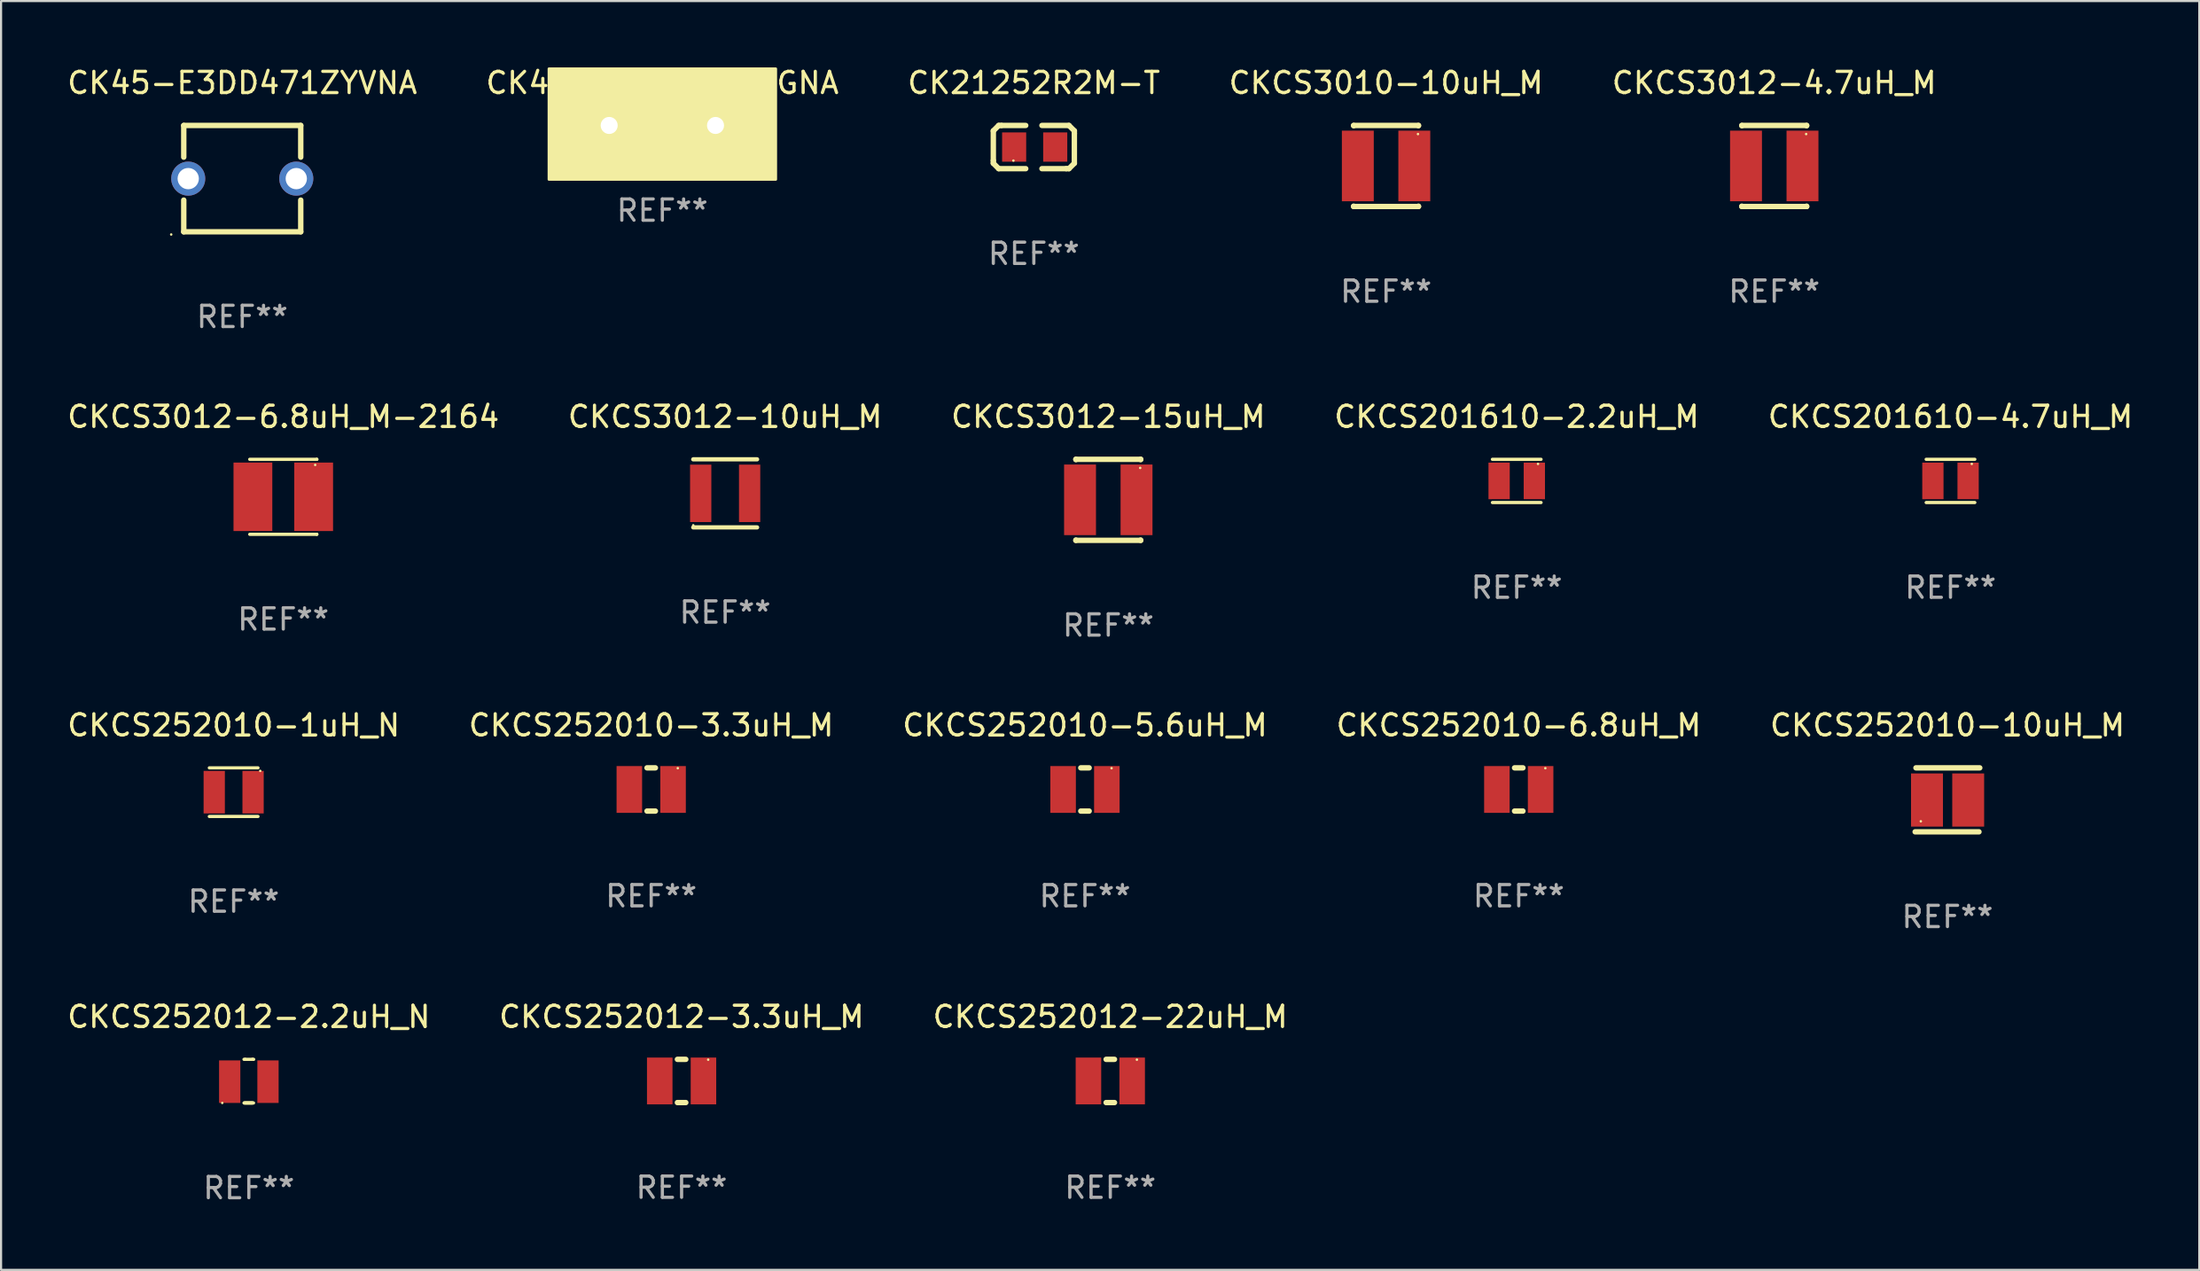
<source format=kicad_pcb>
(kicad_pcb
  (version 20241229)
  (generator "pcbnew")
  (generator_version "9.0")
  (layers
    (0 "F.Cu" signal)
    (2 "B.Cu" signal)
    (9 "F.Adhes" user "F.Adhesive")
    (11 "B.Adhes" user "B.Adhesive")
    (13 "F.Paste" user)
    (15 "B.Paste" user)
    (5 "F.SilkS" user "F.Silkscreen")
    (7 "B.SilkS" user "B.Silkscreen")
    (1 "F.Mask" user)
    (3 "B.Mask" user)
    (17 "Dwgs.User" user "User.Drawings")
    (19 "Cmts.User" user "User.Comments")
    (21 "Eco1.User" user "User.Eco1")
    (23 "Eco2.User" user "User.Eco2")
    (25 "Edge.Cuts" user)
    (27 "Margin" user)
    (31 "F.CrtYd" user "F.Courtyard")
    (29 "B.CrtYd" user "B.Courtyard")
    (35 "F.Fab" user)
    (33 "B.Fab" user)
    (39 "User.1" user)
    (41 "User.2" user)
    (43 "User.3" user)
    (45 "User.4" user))
  (footprint "CKCS201610-2.2uH_M"
    (layer "F.Cu")
    (at 68.256 19.561)
    (property "Reference" "CKCS201610-2.2uH_M" (at 0 -3.016 0) (layer "F.SilkS") (effects (font (size 1 1) (thickness 0.15))))
    (attr through_hole)
    (fp_line (start -1.143 -1.016) (end 1.143 -1.016) (stroke (width 0.152) (type solid)) (layer "F.SilkS"))
    (fp_line (start 1.143 1.016) (end -1.143 1.016) (stroke (width 0.152) (type solid)) (layer "F.SilkS"))
    (fp_circle (center 1 -0.8) (end 1.03 -0.8) (stroke (width 0.06) (type solid)) (fill no) (layer "F.SilkS"))
    (fp_text user "REF**" (at 0 5.016 0) (layer "F.Fab") (effects (font (size 1 1) (thickness 0.15))))
    (pad "1" smd rect (at 0.828 0) (size 1 1.72) (layers "F.Cu" "F.Mask" "F.Paste"))
    (pad "2" smd rect (at -0.828 0) (size 1 1.72) (layers "F.Cu" "F.Mask" "F.Paste")))
  (footprint "CK45-E3DD472ZYGNA"
    (layer "F.Cu")
    (at 28.089 2.848)
    (property "Reference" "CK45-E3DD472ZYGNA" (at 0 -2 0) (layer "F.SilkS") (effects (font (size 1 1) (thickness 0.15))))
    (attr through_hole)
    (fp_circle (center -5.25 2.5) (end -5.22 2.5) (stroke (width 0.06) (type solid)) (fill no) (layer "F.SilkS"))
    (fp_poly (pts (xy -5.334 -2.667) (xy 5.334 -2.667) (xy 5.334 2.54) (xy -5.334 2.54)) (stroke (width 0.12) (type solid)) (fill yes) (layer "F.SilkS"))
    (fp_text user "REF**" (at 0 4 0) (layer "F.Fab") (effects (font (size 1 1) (thickness 0.15))))
    (pad "1" thru_hole circle (at -2.5 0) (size 1.6 1.6) (drill 0.8) (layers "*.Cu" "*.Mask"))
    (pad "2" thru_hole circle (at 2.5 0) (size 1.6 1.6) (drill 0.8) (layers "*.Cu" "*.Mask")))
  (footprint "CKCS252012-3.3uH_M"
    (layer "F.Cu")
    (at 28.994 47.772)
    (property "Reference" "CKCS252012-3.3uH_M" (at 0 -3.016 0) (layer "F.SilkS") (effects (font (size 1 1) (thickness 0.15))))
    (attr through_hole)
    (fp_line (start -0.197 1.016) (end 0.197 1.016) (stroke (width 0.254) (type solid)) (layer "F.SilkS"))
    (fp_line (start 0.197 -1.016) (end -0.197 -1.016) (stroke (width 0.254) (type solid)) (layer "F.SilkS"))
    (fp_circle (center 1.25 -1) (end 1.28 -1) (stroke (width 0.06) (type solid)) (fill no) (layer "F.SilkS"))
    (fp_text user "REF**" (at 0 5.016 0) (layer "F.Fab") (effects (font (size 1 1) (thickness 0.15))))
    (pad "1" smd rect (at 1.028 0) (size 1.2 2.2) (layers "F.Cu" "F.Mask" "F.Paste"))
    (pad "2" smd rect (at -1.028 0) (size 1.2 2.2) (layers "F.Cu" "F.Mask" "F.Paste")))
  (footprint "CKCS3012-4.7uH_M"
    (layer "F.Cu")
    (at 80.363 4.753)
    (property "Reference" "CKCS3012-4.7uH_M" (at 0 -3.905 0) (layer "F.SilkS") (effects (font (size 1 1) (thickness 0.15))))
    (attr through_hole)
    (fp_line (start -1.524 -1.905) (end 1.524 -1.905) (stroke (width 0.254) (type solid)) (layer "F.SilkS"))
    (fp_line (start -1.524 -1.891) (end -1.524 -1.905) (stroke (width 0.254) (type solid)) (layer "F.SilkS"))
    (fp_line (start -1.524 1.905) (end -1.524 1.891) (stroke (width 0.254) (type solid)) (layer "F.SilkS"))
    (fp_line (start -1.524 1.905) (end 1.524 1.905) (stroke (width 0.254) (type solid)) (layer "F.SilkS"))
    (fp_line (start 1.524 -1.905) (end 1.524 -1.891) (stroke (width 0.254) (type solid)) (layer "F.SilkS"))
    (fp_line (start 1.524 1.891) (end 1.524 1.905) (stroke (width 0.254) (type solid)) (layer "F.SilkS"))
    (fp_circle (center 1.5 -1.5) (end 1.53 -1.5) (stroke (width 0.06) (type solid)) (fill no) (layer "F.SilkS"))
    (fp_text user "REF**" (at 0 5.905 0) (layer "F.Fab") (effects (font (size 1 1) (thickness 0.15))))
    (pad "1" smd rect (at 1.328 0) (size 1.5 3.32) (layers "F.Cu" "F.Mask" "F.Paste"))
    (pad "2" smd rect (at -1.328 0) (size 1.5 3.32) (layers "F.Cu" "F.Mask" "F.Paste")))
  (footprint "CKCS252010-3.3uH_M"
    (layer "F.Cu")
    (at 27.565 34.067)
    (property "Reference" "CKCS252010-3.3uH_M" (at 0 -3.016 0) (layer "F.SilkS") (effects (font (size 1 1) (thickness 0.15))))
    (attr through_hole)
    (fp_line (start -0.197 1.016) (end 0.197 1.016) (stroke (width 0.254) (type solid)) (layer "F.SilkS"))
    (fp_line (start 0.197 -1.016) (end -0.197 -1.016) (stroke (width 0.254) (type solid)) (layer "F.SilkS"))
    (fp_circle (center 1.25 -1) (end 1.28 -1) (stroke (width 0.06) (type solid)) (fill no) (layer "F.SilkS"))
    (fp_text user "REF**" (at 0 5.016 0) (layer "F.Fab") (effects (font (size 1 1) (thickness 0.15))))
    (pad "1" smd rect (at 1.028 0) (size 1.2 2.2) (layers "F.Cu" "F.Mask" "F.Paste"))
    (pad "2" smd rect (at -1.028 0) (size 1.2 2.2) (layers "F.Cu" "F.Mask" "F.Paste")))
  (footprint "CKCS252012-22uH_M"
    (layer "F.Cu")
    (at 49.149 47.772)
    (property "Reference" "CKCS252012-22uH_M" (at 0 -3.016 0) (layer "F.SilkS") (effects (font (size 1 1) (thickness 0.15))))
    (attr through_hole)
    (fp_line (start -0.197 1.016) (end 0.197 1.016) (stroke (width 0.254) (type solid)) (layer "F.SilkS"))
    (fp_line (start 0.197 -1.016) (end -0.197 -1.016) (stroke (width 0.254) (type solid)) (layer "F.SilkS"))
    (fp_circle (center 1.25 -1) (end 1.28 -1) (stroke (width 0.06) (type solid)) (fill no) (layer "F.SilkS"))
    (fp_text user "REF**" (at 0 5.016 0) (layer "F.Fab") (effects (font (size 1 1) (thickness 0.15))))
    (pad "1" smd rect (at 1.028 0) (size 1.2 2.2) (layers "F.Cu" "F.Mask" "F.Paste"))
    (pad "2" smd rect (at -1.028 0) (size 1.2 2.2) (layers "F.Cu" "F.Mask" "F.Paste")))
  (footprint "CKCS252012-2.2uH_N"
    (layer "F.Cu")
    (at 8.649 47.781)
    (property "Reference" "CKCS252012-2.2uH_N" (at 0 -3.025 0) (layer "F.SilkS") (effects (font (size 1 1) (thickness 0.15))))
    (attr through_hole)
    (fp_line (start -0.22 1.025) (end 0.22 1.025) (stroke (width 0.152) (type solid)) (layer "F.SilkS"))
    (fp_line (start -0.174 -1.025) (end -0.227 -1.025) (stroke (width 0.152) (type solid)) (layer "F.SilkS"))
    (fp_line (start -0.174 -1.025) (end 0.174 -1.025) (stroke (width 0.152) (type solid)) (layer "F.SilkS"))
    (fp_line (start -0.169 1.025) (end 0.169 1.025) (stroke (width 0.152) (type solid)) (layer "F.SilkS"))
    (fp_line (start 0.169 1.025) (end -0.22 1.025) (stroke (width 0.152) (type solid)) (layer "F.SilkS"))
    (fp_line (start 0.174 -1.025) (end 0.227 -1.025) (stroke (width 0.152) (type solid)) (layer "F.SilkS"))
    (fp_circle (center -1.25 1.025) (end -1.22 1.025) (stroke (width 0.06) (type solid)) (fill no) (layer "F.SilkS"))
    (fp_text user "REF**" (at 0 5.025 0) (layer "F.Fab") (effects (font (size 1 1) (thickness 0.15))))
    (pad "1" smd rect (at -0.9 0.025 180) (size 1 2) (layers "F.Cu" "F.Mask" "F.Paste"))
    (pad "2" smd rect (at 0.9 0.025 180) (size 1 2) (layers "F.Cu" "F.Mask" "F.Paste")))
  (footprint "CK21252R2M-T"
    (layer "F.Cu")
    (at 45.554 3.864)
    (property "Reference" "CK21252R2M-T" (at 0 -3.016 0) (layer "F.SilkS") (effects (font (size 1 1) (thickness 0.15))))
    (attr through_hole)
    (fp_line (start -1.905 -0.762) (end -1.905 0.635) (stroke (width 0.254) (type solid)) (layer "F.SilkS"))
    (fp_line (start -1.905 0.635) (end -1.905 0.762) (stroke (width 0.254) (type solid)) (layer "F.SilkS"))
    (fp_line (start -1.905 0.762) (end -1.651 1.016) (stroke (width 0.254) (type solid)) (layer "F.SilkS"))
    (fp_line (start -1.651 -1.016) (end -1.905 -0.762) (stroke (width 0.254) (type solid)) (layer "F.SilkS"))
    (fp_line (start -1.651 1.016) (end -0.381 1.016) (stroke (width 0.254) (type solid)) (layer "F.SilkS"))
    (fp_line (start -1.524 -1.016) (end -1.651 -1.016) (stroke (width 0.254) (type solid)) (layer "F.SilkS"))
    (fp_line (start -0.381 -1.016) (end -1.524 -1.016) (stroke (width 0.254) (type solid)) (layer "F.SilkS"))
    (fp_line (start 0.381 1.016) (end 1.524 1.016) (stroke (width 0.254) (type solid)) (layer "F.SilkS"))
    (fp_line (start 1.524 1.016) (end 1.651 1.016) (stroke (width 0.254) (type solid)) (layer "F.SilkS"))
    (fp_line (start 1.651 -1.016) (end 0.381 -1.016) (stroke (width 0.254) (type solid)) (layer "F.SilkS"))
    (fp_line (start 1.651 1.016) (end 1.905 0.762) (stroke (width 0.254) (type solid)) (layer "F.SilkS"))
    (fp_line (start 1.905 -0.762) (end 1.651 -1.016) (stroke (width 0.254) (type solid)) (layer "F.SilkS"))
    (fp_line (start 1.905 -0.635) (end 1.905 -0.762) (stroke (width 0.254) (type solid)) (layer "F.SilkS"))
    (fp_line (start 1.905 0.762) (end 1.905 -0.635) (stroke (width 0.254) (type solid)) (layer "F.SilkS"))
    (fp_circle (center -0.96 0.637) (end -0.93 0.637) (stroke (width 0.06) (type solid)) (fill no) (layer "F.SilkS"))
    (fp_text user "REF**" (at 0 5.016 0) (layer "F.Fab") (effects (font (size 1 1) (thickness 0.15))))
    (pad "1" smd rect (at -0.926 -0.000051) (size 1.133 1.377) (layers "F.Cu" "F.Mask" "F.Paste"))
    (pad "2" smd rect (at 1.006 -0.000051) (size 1.133 1.377) (layers "F.Cu" "F.Mask" "F.Paste")))
  (footprint "CKCS252010-5.6uH_M"
    (layer "F.Cu")
    (at 47.958 34.067)
    (property "Reference" "CKCS252010-5.6uH_M" (at 0 -3.016 0) (layer "F.SilkS") (effects (font (size 1 1) (thickness 0.15))))
    (attr through_hole)
    (fp_line (start -0.197 1.016) (end 0.197 1.016) (stroke (width 0.254) (type solid)) (layer "F.SilkS"))
    (fp_line (start 0.197 -1.016) (end -0.197 -1.016) (stroke (width 0.254) (type solid)) (layer "F.SilkS"))
    (fp_circle (center 1.25 -1) (end 1.28 -1) (stroke (width 0.06) (type solid)) (fill no) (layer "F.SilkS"))
    (fp_text user "REF**" (at 0 5.016 0) (layer "F.Fab") (effects (font (size 1 1) (thickness 0.15))))
    (pad "1" smd rect (at 1.028 0) (size 1.2 2.2) (layers "F.Cu" "F.Mask" "F.Paste"))
    (pad "2" smd rect (at -1.028 0) (size 1.2 2.2) (layers "F.Cu" "F.Mask" "F.Paste")))
  (footprint "CKCS252010-1uH_N"
    (layer "F.Cu")
    (at 7.935 34.194)
    (property "Reference" "CKCS252010-1uH_N" (at 0 -3.143 0) (layer "F.SilkS") (effects (font (size 1 1) (thickness 0.15))))
    (attr through_hole)
    (fp_line (start -1.143 -1.143) (end 1.143 -1.143) (stroke (width 0.152) (type solid)) (layer "F.SilkS"))
    (fp_line (start -1.143 1.143) (end 1.143 1.143) (stroke (width 0.152) (type solid)) (layer "F.SilkS"))
    (fp_circle (center 1.25 -1) (end 1.28 -1) (stroke (width 0.06) (type solid)) (fill no) (layer "F.SilkS"))
    (fp_text user "REF**" (at 0 5.143 0) (layer "F.Fab") (effects (font (size 1 1) (thickness 0.15))))
    (pad "1" smd rect (at 0.913 0) (size 1 2) (layers "F.Cu" "F.Mask" "F.Paste"))
    (pad "2" smd rect (at -0.913 0) (size 1 2) (layers "F.Cu" "F.Mask" "F.Paste")))
  (footprint "CKCS201610-4.7uH_M"
    (layer "F.Cu")
    (at 88.649 19.561)
    (property "Reference" "CKCS201610-4.7uH_M" (at 0 -3.016 0) (layer "F.SilkS") (effects (font (size 1 1) (thickness 0.15))))
    (attr through_hole)
    (fp_line (start -1.143 -1.016) (end 1.143 -1.016) (stroke (width 0.152) (type solid)) (layer "F.SilkS"))
    (fp_line (start 1.143 1.016) (end -1.143 1.016) (stroke (width 0.152) (type solid)) (layer "F.SilkS"))
    (fp_circle (center 1 -0.8) (end 1.03 -0.8) (stroke (width 0.06) (type solid)) (fill no) (layer "F.SilkS"))
    (fp_text user "REF**" (at 0 5.016 0) (layer "F.Fab") (effects (font (size 1 1) (thickness 0.15))))
    (pad "1" smd rect (at 0.828 0) (size 1 1.72) (layers "F.Cu" "F.Mask" "F.Paste"))
    (pad "2" smd rect (at -0.828 0) (size 1 1.72) (layers "F.Cu" "F.Mask" "F.Paste")))
  (footprint "CK45-E3DD471ZYVNA"
    (layer "F.Cu")
    (at 8.339 5.348)
    (property "Reference" "CK45-E3DD471ZYVNA" (at 0 -4.5 0) (layer "F.SilkS") (effects (font (size 1 1) (thickness 0.15))))
    (attr through_hole)
    (fp_line (start -2.75 -2.5) (end -2.75 -1.009) (stroke (width 0.254) (type solid)) (layer "F.SilkS"))
    (fp_line (start -2.75 -2.5) (end 2.75 -2.5) (stroke (width 0.254) (type solid)) (layer "F.SilkS"))
    (fp_line (start -2.75 1.009) (end -2.75 2.5) (stroke (width 0.254) (type solid)) (layer "F.SilkS"))
    (fp_line (start -2.75 2.5) (end 2.75 2.5) (stroke (width 0.254) (type solid)) (layer "F.SilkS"))
    (fp_line (start 2.75 -2.5) (end 2.75 -1.009) (stroke (width 0.254) (type solid)) (layer "F.SilkS"))
    (fp_line (start 2.75 1.009) (end 2.75 2.5) (stroke (width 0.254) (type solid)) (layer "F.SilkS"))
    (fp_circle (center -3.34 2.627) (end -3.31 2.627) (stroke (width 0.06) (type solid)) (fill no) (layer "F.SilkS"))
    (fp_text user "REF**" (at 0 6.5 0) (layer "F.Fab") (effects (font (size 1 1) (thickness 0.15))))
    (pad "1" thru_hole circle (at -2.54 0) (size 1.6 1.6) (drill 1) (layers "*.Cu" "*.Mask"))
    (pad "2" thru_hole circle (at 2.54 0) (size 1.6 1.6) (drill 1) (layers "*.Cu" "*.Mask")))
  (footprint "CKCS3010-10uH_M"
    (layer "F.Cu")
    (at 62.113 4.753)
    (property "Reference" "CKCS3010-10uH_M" (at 0 -3.905 0) (layer "F.SilkS") (effects (font (size 1 1) (thickness 0.15))))
    (attr through_hole)
    (fp_line (start -1.524 -1.905) (end 1.524 -1.905) (stroke (width 0.254) (type solid)) (layer "F.SilkS"))
    (fp_line (start -1.524 -1.891) (end -1.524 -1.905) (stroke (width 0.254) (type solid)) (layer "F.SilkS"))
    (fp_line (start -1.524 1.905) (end -1.524 1.891) (stroke (width 0.254) (type solid)) (layer "F.SilkS"))
    (fp_line (start -1.524 1.905) (end 1.524 1.905) (stroke (width 0.254) (type solid)) (layer "F.SilkS"))
    (fp_line (start 1.524 -1.905) (end 1.524 -1.891) (stroke (width 0.254) (type solid)) (layer "F.SilkS"))
    (fp_line (start 1.524 1.891) (end 1.524 1.905) (stroke (width 0.254) (type solid)) (layer "F.SilkS"))
    (fp_circle (center 1.5 -1.5) (end 1.53 -1.5) (stroke (width 0.06) (type solid)) (fill no) (layer "F.SilkS"))
    (fp_text user "REF**" (at 0 5.905 0) (layer "F.Fab") (effects (font (size 1 1) (thickness 0.15))))
    (pad "1" smd rect (at 1.328 0) (size 1.5 3.32) (layers "F.Cu" "F.Mask" "F.Paste"))
    (pad "2" smd rect (at -1.328 0) (size 1.5 3.32) (layers "F.Cu" "F.Mask" "F.Paste")))
  (footprint "CKCS3012-6.8uH_M-2164"
    (layer "F.Cu")
    (at 10.268 20.308)
    (property "Reference" "CKCS3012-6.8uH_M-2164" (at 0 -3.763 0) (layer "F.SilkS") (effects (font (size 1 1) (thickness 0.15))))
    (attr through_hole)
    (fp_line (start -1.577 -1.763) (end 1.577 -1.763) (stroke (width 0.152) (type solid)) (layer "F.SilkS"))
    (fp_line (start -1.577 1.763) (end 1.577 1.763) (stroke (width 0.152) (type solid)) (layer "F.SilkS"))
    (fp_line (start 1.577 -1.763) (end 1.577 -1.763) (stroke (width 0.152) (type solid)) (layer "F.SilkS"))
    (fp_line (start 1.577 1.763) (end 1.577 1.763) (stroke (width 0.152) (type solid)) (layer "F.SilkS"))
    (fp_circle (center 1.5 -1.5) (end 1.53 -1.5) (stroke (width 0.06) (type solid)) (fill no) (layer "F.SilkS"))
    (fp_text user "REF**" (at 0 5.763 0) (layer "F.Fab") (effects (font (size 1 1) (thickness 0.15))))
    (pad "1" smd rect (at 1.428 0) (size 1.824 3.22) (layers "F.Cu" "F.Mask" "F.Paste"))
    (pad "2" smd rect (at -1.428 0) (size 1.824 3.22) (layers "F.Cu" "F.Mask" "F.Paste")))
  (footprint "CKCS252010-10uH_M"
    (layer "F.Cu")
    (at 88.506 34.555)
    (property "Reference" "CKCS252010-10uH_M" (at 0 -3.504 0) (layer "F.SilkS") (effects (font (size 1 1) (thickness 0.15))))
    (attr through_hole)
    (fp_line (start -1.519 1.504) (end 1.481 1.504) (stroke (width 0.254) (type solid)) (layer "F.SilkS"))
    (fp_line (start -1.481 -1.504) (end 1.519 -1.504) (stroke (width 0.254) (type solid)) (layer "F.SilkS"))
    (fp_circle (center -1.252 1.009) (end -1.222 1.009) (stroke (width 0.06) (type solid)) (fill no) (layer "F.SilkS"))
    (fp_text user "REF**" (at 0 5.504 0) (layer "F.Fab") (effects (font (size 1 1) (thickness 0.15))))
    (pad "1" smd rect (at -0.962 0.009) (size 1.5 2.5) (layers "F.Cu" "F.Mask" "F.Paste"))
    (pad "2" smd rect (at 0.975 0.009) (size 1.5 2.5) (layers "F.Cu" "F.Mask" "F.Paste")))
  (footprint "CKCS3012-10uH_M"
    (layer "F.Cu")
    (at 31.042 20.145)
    (property "Reference" "CKCS3012-10uH_M" (at 0 -3.6 0) (layer "F.SilkS") (effects (font (size 1 1) (thickness 0.15))))
    (attr through_hole)
    (fp_line (start -1.5 -1.6) (end 1.5 -1.6) (stroke (width 0.2) (type solid)) (layer "F.SilkS"))
    (fp_line (start -1.5 1.6) (end 1.5 1.6) (stroke (width 0.2) (type solid)) (layer "F.SilkS"))
    (fp_circle (center -1.5 1.5) (end -1.47 1.5) (stroke (width 0.06) (type solid)) (fill no) (layer "F.SilkS"))
    (fp_text user "REF**" (at 0 5.6 0) (layer "F.Fab") (effects (font (size 1 1) (thickness 0.15))))
    (pad "1" smd rect (at -1.15 0) (size 1 2.7) (layers "F.Cu" "F.Mask" "F.Paste"))
    (pad "2" smd rect (at 1.15 0) (size 1 2.7) (layers "F.Cu" "F.Mask" "F.Paste")))
  (footprint "CKCS252010-6.8uH_M"
    (layer "F.Cu")
    (at 68.351 34.067)
    (property "Reference" "CKCS252010-6.8uH_M" (at 0 -3.016 0) (layer "F.SilkS") (effects (font (size 1 1) (thickness 0.15))))
    (attr through_hole)
    (fp_line (start -0.197 1.016) (end 0.197 1.016) (stroke (width 0.254) (type solid)) (layer "F.SilkS"))
    (fp_line (start 0.197 -1.016) (end -0.197 -1.016) (stroke (width 0.254) (type solid)) (layer "F.SilkS"))
    (fp_circle (center 1.25 -1) (end 1.28 -1) (stroke (width 0.06) (type solid)) (fill no) (layer "F.SilkS"))
    (fp_text user "REF**" (at 0 5.016 0) (layer "F.Fab") (effects (font (size 1 1) (thickness 0.15))))
    (pad "1" smd rect (at 1.028 0) (size 1.2 2.2) (layers "F.Cu" "F.Mask" "F.Paste"))
    (pad "2" smd rect (at -1.028 0) (size 1.2 2.2) (layers "F.Cu" "F.Mask" "F.Paste")))
  (footprint "CKCS3012-15uH_M"
    (layer "F.Cu")
    (at 49.054 20.45)
    (property "Reference" "CKCS3012-15uH_M" (at 0 -3.905 0) (layer "F.SilkS") (effects (font (size 1 1) (thickness 0.15))))
    (attr through_hole)
    (fp_line (start -1.524 -1.905) (end 1.524 -1.905) (stroke (width 0.254) (type solid)) (layer "F.SilkS"))
    (fp_line (start -1.524 -1.891) (end -1.524 -1.905) (stroke (width 0.254) (type solid)) (layer "F.SilkS"))
    (fp_line (start -1.524 1.905) (end -1.524 1.891) (stroke (width 0.254) (type solid)) (layer "F.SilkS"))
    (fp_line (start -1.524 1.905) (end 1.524 1.905) (stroke (width 0.254) (type solid)) (layer "F.SilkS"))
    (fp_line (start 1.524 -1.905) (end 1.524 -1.891) (stroke (width 0.254) (type solid)) (layer "F.SilkS"))
    (fp_line (start 1.524 1.891) (end 1.524 1.905) (stroke (width 0.254) (type solid)) (layer "F.SilkS"))
    (fp_circle (center 1.5 -1.5) (end 1.53 -1.5) (stroke (width 0.06) (type solid)) (fill no) (layer "F.SilkS"))
    (fp_text user "REF**" (at 0 5.905 0) (layer "F.Fab") (effects (font (size 1 1) (thickness 0.15))))
    (pad "1" smd rect (at 1.328 0) (size 1.5 3.32) (layers "F.Cu" "F.Mask" "F.Paste"))
    (pad "2" smd rect (at -1.328 0) (size 1.5 3.32) (layers "F.Cu" "F.Mask" "F.Paste")))
  (gr_rect
    (start -3 -3)
    (end 100.345 56.654)
    (stroke (width 0.1) (type default))
    (fill no)
    (layer "Edge.Cuts")))
</source>
